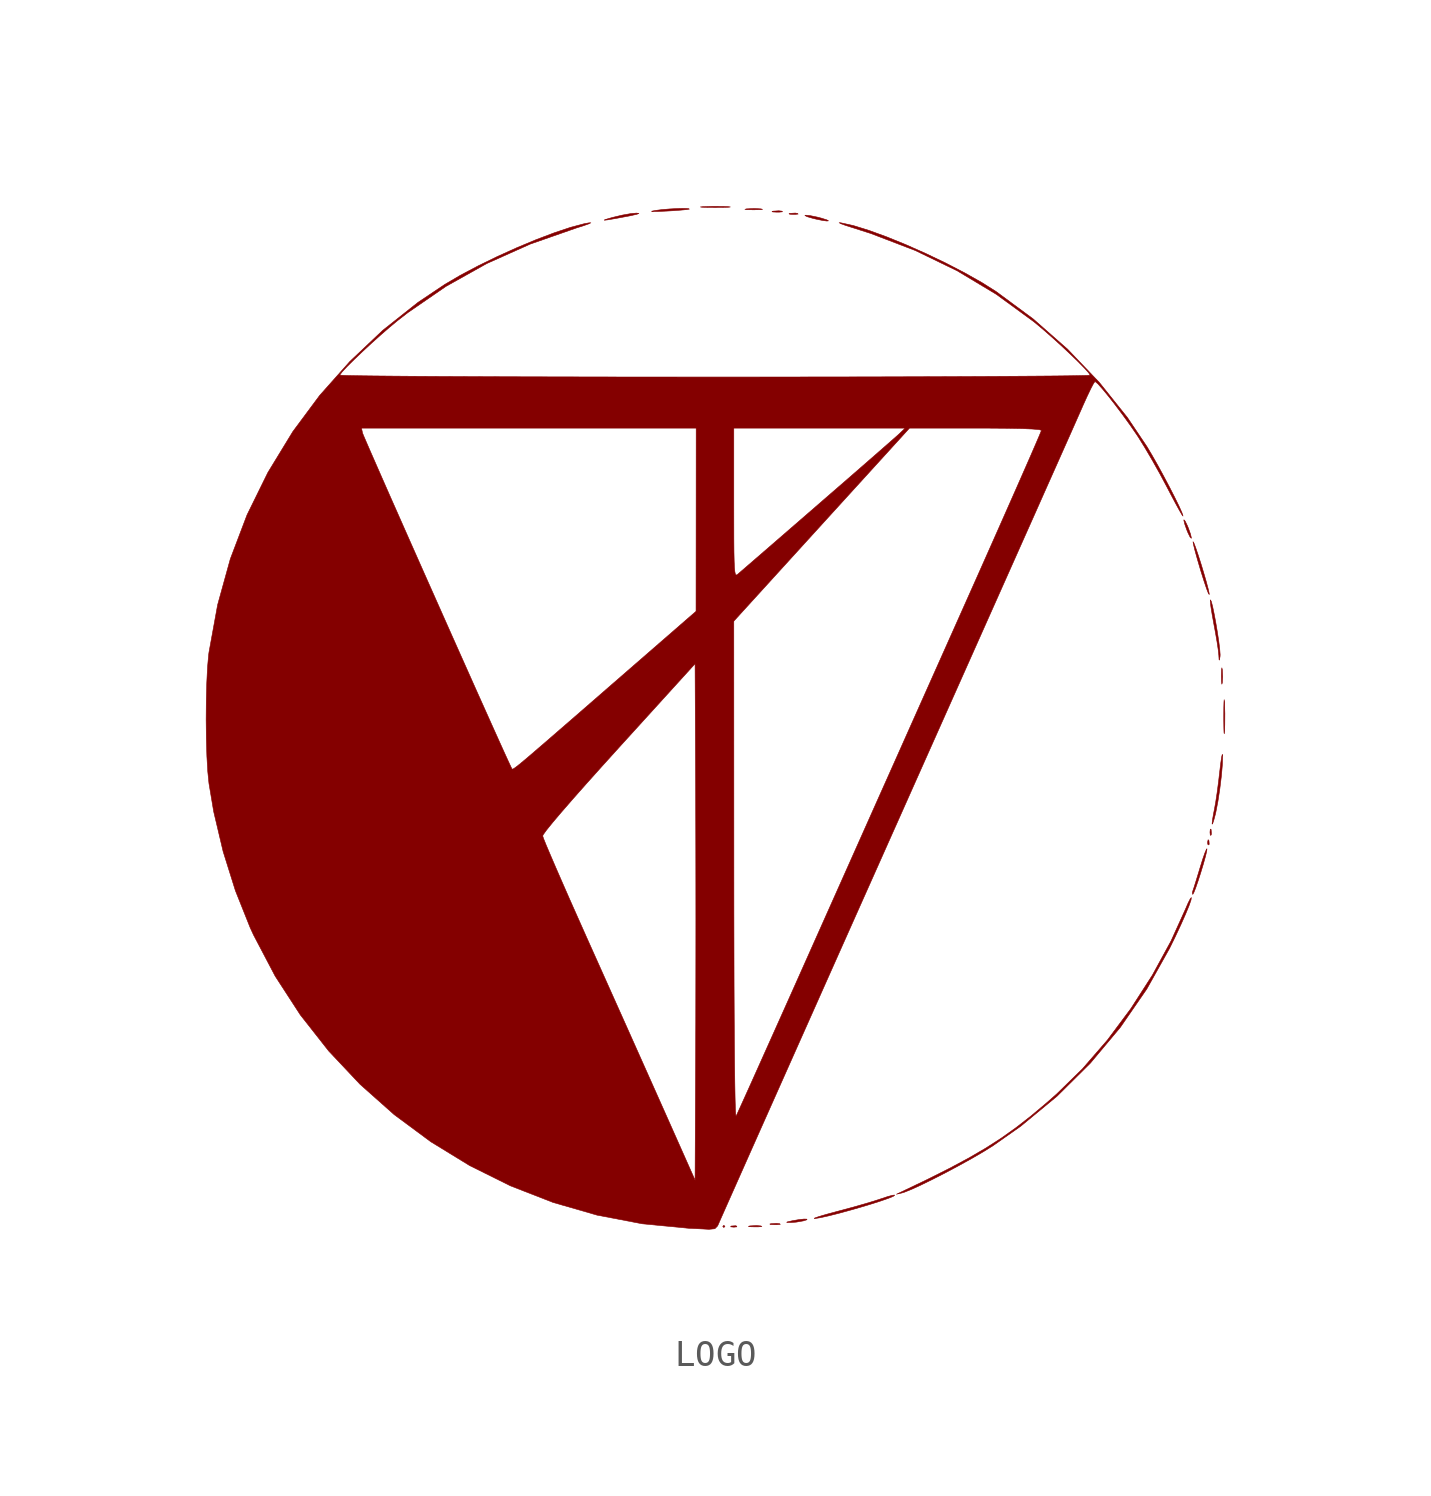
<source format=kicad_sym>
(kicad_symbol_lib
  (version 20220914)
  (generator bitmap2component)
  (symbol "LOGO"
    (pin_names
      (offset 1.016))
    (property "Reference" "#G"
      (at 0 19.583 0)
      (effects (font (size 1.27 1.27)) hide))
    (symbol "LOGO_0_0"
      (polyline (pts (xy 0.207 -19.16) (xy 0.314 -19.05) (xy 0.316 -19.044) (xy 0.368 -18.925) (xy 0.485 -18.66) (xy 0.664 -18.256) (xy 0.902 -17.721) (xy 1.195 -17.062) (xy 1.539 -16.287) (xy 1.932 -15.404) (xy 2.37 -14.421) (xy 2.85 -13.343) (xy 3.368 -12.18) (xy 3.921 -10.939) (xy 4.505 -9.627) (xy 5.118 -8.252) (xy 5.756 -6.821) (xy 6.416 -5.342) (xy 7.093 -3.823) (xy 7.151 -3.694) (xy 7.833 -2.163) (xy 8.501 -0.665) (xy 9.15 0.791) (xy 9.777 2.197) (xy 10.378 3.546) (xy 10.95 4.829) (xy 11.489 6.038) (xy 11.991 7.165) (xy 12.453 8.201) (xy 12.87 9.14) (xy 13.241 9.972) (xy 13.56 10.689) (xy 13.825 11.284) (xy 14.031 11.749) (xy 14.175 12.074) (xy 14.254 12.252) (xy 14.279 12.311) (xy 14.445 12.677) (xy 14.588 12.976) (xy 14.694 13.177) (xy 14.748 13.251) (xy 14.756 13.249) (xy 14.857 13.164) (xy 15.032 12.969) (xy 15.263 12.689) (xy 15.529 12.348) (xy 15.812 11.972) (xy 16.091 11.586) (xy 16.348 11.213) (xy 16.398 11.138) (xy 16.652 10.729) (xy 16.943 10.235) (xy 17.236 9.713) (xy 17.5 9.217) (xy 17.636 8.957) (xy 17.826 8.598) (xy 17.978 8.321) (xy 18.079 8.148) (xy 18.116 8.103) (xy 18.116 8.106) (xy 18.075 8.233) (xy 17.965 8.478) (xy 17.803 8.81) (xy 17.604 9.2) (xy 17.382 9.62) (xy 17.154 10.039) (xy 16.933 10.428) (xy 16.737 10.759) (xy 15.986 11.876) (xy 14.91 13.221) (xy 13.703 14.484) (xy 12.382 15.647) (xy 10.964 16.694) (xy 10.42 17.037) (xy 9.757 17.411) (xy 9.033 17.786) (xy 8.275 18.148) (xy 7.514 18.486) (xy 6.779 18.785) (xy 6.099 19.033) (xy 5.504 19.217) (xy 5.023 19.323) (xy 4.961 19.326) (xy 5.018 19.291) (xy 5.205 19.223) (xy 5.503 19.128) (xy 6.169 18.915) (xy 7.875 18.262) (xy 9.473 17.488) (xy 10.977 16.584) (xy 12.404 15.542) (xy 12.434 15.518) (xy 12.744 15.259) (xy 13.088 14.958) (xy 13.443 14.637) (xy 13.784 14.317) (xy 14.09 14.022) (xy 14.337 13.771) (xy 14.502 13.588) (xy 14.563 13.495) (xy 14.562 13.494) (xy 14.463 13.486) (xy 14.204 13.479) (xy 13.794 13.471) (xy 13.241 13.464) (xy 12.555 13.458) (xy 11.742 13.452) (xy 10.813 13.446) (xy 9.776 13.441) (xy 8.64 13.436) (xy 7.412 13.432) (xy 6.102 13.428) (xy 4.718 13.426) (xy 3.27 13.424) (xy 1.765 13.422) (xy 0.212 13.422) (xy -0.896 13.422) (xy -2.514 13.423) (xy -4.058 13.425) (xy -5.52 13.428) (xy -6.894 13.431) (xy -8.172 13.435) (xy -9.346 13.44) (xy -10.41 13.445) (xy -11.355 13.451) (xy -12.175 13.458) (xy -12.863 13.465) (xy -13.41 13.472) (xy -13.81 13.48) (xy -14.056 13.489) (xy -14.139 13.497) (xy -14.136 13.511) (xy -14.047 13.626) (xy -13.86 13.826) (xy -13.596 14.088) (xy -13.279 14.391) (xy -12.932 14.713) (xy -12.577 15.032) (xy -12.239 15.326) (xy -11.939 15.575) (xy -11.542 15.884) (xy -10.08 16.89) (xy -8.521 17.763) (xy -6.856 18.508) (xy -5.08 19.128) (xy -4.829 19.207) (xy -4.62 19.281) (xy -4.538 19.322) (xy -4.599 19.323) (xy -4.797 19.286) (xy -5.317 19.148) (xy -5.939 18.94) (xy -6.633 18.677) (xy -7.368 18.37) (xy -8.116 18.032) (xy -8.845 17.677) (xy -9.527 17.316) (xy -10.13 16.962) (xy -11.154 16.275) (xy -12.499 15.208) (xy -13.759 14.015) (xy -14.913 12.717) (xy -15.84 11.468) (xy -13.312 11.468) (xy -6.91 11.468) (xy -0.508 11.468) (xy 0.931 11.468) (xy 4.21 11.468) (xy 7.489 11.468) (xy 7.279 11.267) (xy 7.207 11.201) (xy 7.01 11.027) (xy 6.71 10.764) (xy 6.321 10.424) (xy 5.856 10.018) (xy 5.33 9.56) (xy 4.756 9.062) (xy 4.149 8.535) (xy 3.662 8.113) (xy 3.085 7.613) (xy 2.555 7.153) (xy 2.085 6.746) (xy 1.689 6.403) (xy 1.38 6.136) (xy 1.173 5.957) (xy 1.079 5.876) (xy 1.057 5.859) (xy 1.021 5.848) (xy 0.993 5.879) (xy 0.972 5.968) (xy 0.956 6.13) (xy 0.945 6.383) (xy 0.937 6.74) (xy 0.933 7.22) (xy 0.932 7.838) (xy 0.931 8.609) (xy 0.931 11.468) (xy -0.508 11.468) (xy -0.51 7.964) (xy -0.513 4.46) (xy -0.947 4.083) (xy 0.931 4.083) (xy 4.292 7.776) (xy 7.653 11.468) (xy 10.177 11.468) (xy 10.655 11.467) (xy 11.382 11.461) (xy 11.954 11.45) (xy 12.366 11.432) (xy 12.616 11.41) (xy 12.7 11.382) (xy 12.687 11.346) (xy 12.614 11.169) (xy 12.479 10.855) (xy 12.289 10.416) (xy 12.047 9.864) (xy 11.76 9.211) (xy 11.431 8.467) (xy 11.067 7.644) (xy 10.672 6.754) (xy 10.252 5.809) (xy 9.811 4.82) (xy 9.596 4.338) (xy 9.033 3.076) (xy 8.421 1.705) (xy 7.776 0.259) (xy 7.112 -1.232) (xy 6.442 -2.732) (xy 5.783 -4.21) (xy 5.148 -5.634) (xy 4.552 -6.97) (xy 4.01 -8.185) (xy 3.726 -8.822) (xy 3.294 -9.791) (xy 2.883 -10.71) (xy 2.499 -11.568) (xy 2.148 -12.351) (xy 1.835 -13.049) (xy 1.565 -13.651) (xy 1.343 -14.143) (xy 1.174 -14.516) (xy 1.064 -14.757) (xy 1.018 -14.854) (xy 1.017 -14.855) (xy 1.004 -14.789) (xy 0.991 -14.557) (xy 0.98 -14.161) (xy 0.97 -13.604) (xy 0.961 -12.89) (xy 0.953 -12.02) (xy 0.947 -10.999) (xy 0.941 -9.829) (xy 0.938 -8.513) (xy 0.935 -7.054) (xy 0.934 -5.455) (xy 0.931 4.083) (xy -0.947 4.083) (xy -3.738 1.657) (xy -4.448 1.039) (xy -5.132 0.444) (xy -5.707 -0.054) (xy -6.181 -0.466) (xy -6.566 -0.797) (xy -6.869 -1.058) (xy -7.102 -1.255) (xy -7.274 -1.397) (xy -7.395 -1.492) (xy -7.473 -1.548) (xy -7.52 -1.574) (xy -7.545 -1.577) (xy -7.557 -1.565) (xy -7.567 -1.547) (xy -7.603 -1.473) (xy -7.705 -1.254) (xy -7.864 -0.906) (xy -8.073 -0.444) (xy -8.326 0.118) (xy -8.617 0.767) (xy -8.94 1.487) (xy -9.287 2.265) (xy -9.654 3.087) (xy -10.033 3.938) (xy -10.418 4.804) (xy -10.804 5.671) (xy -11.183 6.525) (xy -11.55 7.352) (xy -11.897 8.137) (xy -12.22 8.866) (xy -12.51 9.525) (xy -12.763 10.101) (xy -12.972 10.578) (xy -13.13 10.942) (xy -13.232 11.18) (xy -13.271 11.277) (xy -13.312 11.468) (xy -15.84 11.468) (xy -15.938 11.336) (xy -16.892 9.772) (xy -17.69 8.149) (xy -18.33 6.463) (xy -18.815 4.711) (xy -19.147 2.888) (xy -19.157 2.814) (xy -19.201 2.328) (xy -19.231 1.722) (xy -19.249 1.037) (xy -19.255 0.315) (xy -19.247 -0.404) (xy -19.227 -1.078) (xy -19.193 -1.665) (xy -19.147 -2.124) (xy -18.966 -3.204) (xy -18.746 -4.133) (xy -6.381 -4.133) (xy -6.359 -4.084) (xy -6.234 -3.91) (xy -6.002 -3.623) (xy -5.671 -3.232) (xy -5.246 -2.743) (xy -4.734 -2.164) (xy -4.14 -1.501) (xy -3.471 -0.761) (xy -0.55 2.454) (xy -0.528 -2.517) (xy -0.525 -3.465) (xy -0.522 -4.694) (xy -0.52 -6.01) (xy -0.519 -7.37) (xy -0.52 -8.731) (xy -0.522 -10.052) (xy -0.524 -11.288) (xy -0.528 -12.397) (xy -0.55 -17.304) (xy -1.669 -14.79) (xy -1.863 -14.355) (xy -2.177 -13.651) (xy -2.538 -12.843) (xy -2.932 -11.961) (xy -3.346 -11.035) (xy -3.768 -10.093) (xy -4.183 -9.166) (xy -4.579 -8.283) (xy -4.689 -8.038) (xy -5.029 -7.274) (xy -5.347 -6.559) (xy -5.633 -5.907) (xy -5.883 -5.334) (xy -6.089 -4.855) (xy -6.246 -4.485) (xy -6.345 -4.239) (xy -6.381 -4.133) (xy -18.746 -4.133) (xy -18.605 -4.729) (xy -18.135 -6.228) (xy -17.573 -7.636) (xy -17.444 -7.917) (xy -16.614 -9.497) (xy -15.651 -10.981) (xy -14.564 -12.364) (xy -13.364 -13.638) (xy -12.059 -14.797) (xy -10.658 -15.835) (xy -9.173 -16.745) (xy -7.612 -17.52) (xy -5.985 -18.154) (xy -4.302 -18.64) (xy -2.572 -18.971) (xy -0.804 -19.142) (xy -0.585 -19.153) (xy -0.26 -19.169) (xy -0.019 -19.183) (xy 0.207 -19.16)) (stroke (width 0.01) (type default)) (fill (type outline)))
      (polyline (pts (xy 0.593 -19.071) (xy 0.55 -19.029) (xy 0.508 -19.071) (xy 0.55 -19.114) (xy 0.593 -19.071)) (stroke (width 0.01) (type default)) (fill (type outline)))
      (polyline (pts (xy 1.048 -19.088) (xy 1.037 -19.058) (xy 0.999 -19.046) (xy 0.826 -19.058) (xy 0.811 -19.087) (xy 0.931 -19.1) (xy 1.048 -19.088)) (stroke (width 0.01) (type default)) (fill (type outline)))
      (polyline (pts (xy 1.893 -19.087) (xy 2.004 -19.074) (xy 1.97 -19.054) (xy 1.797 -19.039) (xy 1.546 -19.053) (xy 1.487 -19.068) (xy 1.544 -19.083) (xy 1.736 -19.089) (xy 1.893 -19.087)) (stroke (width 0.01) (type default)) (fill (type outline)))
      (polyline (pts (xy 2.587 -19.006) (xy 2.709 -18.993) (xy 2.689 -18.97) (xy 2.571 -18.955) (xy 2.35 -18.969) (xy 2.309 -18.98) (xy 2.334 -18.999) (xy 2.498 -19.007) (xy 2.587 -19.006)) (stroke (width 0.01) (type default)) (fill (type outline)))
      (polyline (pts (xy 3.317 -18.908) (xy 3.598 -18.859) (xy 3.73 -18.816) (xy 3.725 -18.793) (xy 3.611 -18.791) (xy 3.418 -18.812) (xy 3.175 -18.854) (xy 3.142 -18.861) (xy 2.971 -18.901) (xy 2.956 -18.919) (xy 3.09 -18.924) (xy 3.317 -18.908)) (stroke (width 0.01) (type default)) (fill (type outline)))
      (polyline (pts (xy 4.043 -18.769) (xy 4.247 -18.737) (xy 4.551 -18.67) (xy 4.927 -18.576) (xy 5.346 -18.462) (xy 5.776 -18.339) (xy 6.191 -18.214) (xy 6.558 -18.097) (xy 6.85 -17.995) (xy 7.037 -17.918) (xy 7.089 -17.873) (xy 7.013 -17.878) (xy 6.819 -17.929) (xy 6.554 -18.017) (xy 6.548 -18.019) (xy 6.265 -18.111) (xy 5.87 -18.228) (xy 5.416 -18.356) (xy 4.953 -18.48) (xy 4.822 -18.515) (xy 4.458 -18.614) (xy 4.185 -18.695) (xy 4.026 -18.75) (xy 4.008 -18.77) (xy 4.043 -18.769)) (stroke (width 0.01) (type default)) (fill (type outline)))
      (polyline (pts (xy 7.366 -17.791) (xy 7.457 -17.763) (xy 7.736 -17.651) (xy 8.116 -17.476) (xy 8.567 -17.255) (xy 9.059 -17.003) (xy 9.562 -16.734) (xy 10.046 -16.466) (xy 10.481 -16.213) (xy 10.837 -15.991) (xy 11.899 -15.245) (xy 13.295 -14.092) (xy 14.57 -12.827) (xy 15.718 -11.456) (xy 16.731 -9.988) (xy 17.603 -8.431) (xy 17.824 -7.979) (xy 18.034 -7.529) (xy 18.211 -7.13) (xy 18.344 -6.808) (xy 18.422 -6.586) (xy 18.435 -6.49) (xy 18.396 -6.534) (xy 18.312 -6.698) (xy 18.205 -6.946) (xy 17.66 -8.148) (xy 16.945 -9.458) (xy 16.125 -10.733) (xy 15.226 -11.939) (xy 14.27 -13.042) (xy 13.28 -14.009) (xy 12.887 -14.355) (xy 12.299 -14.848) (xy 11.734 -15.289) (xy 11.165 -15.694) (xy 10.567 -16.078) (xy 9.913 -16.459) (xy 9.179 -16.852) (xy 8.339 -17.274) (xy 7.366 -17.74) (xy 7.154 -17.84) (xy 7.366 -17.791)) (stroke (width 0.01) (type default)) (fill (type outline)))
      (polyline (pts (xy 18.525 -6.311) (xy 18.599 -6.125) (xy 18.693 -5.853) (xy 18.795 -5.535) (xy 18.893 -5.212) (xy 18.973 -4.925) (xy 19.023 -4.716) (xy 19.031 -4.625) (xy 19.016 -4.638) (xy 18.958 -4.771) (xy 18.872 -5.015) (xy 18.772 -5.337) (xy 18.724 -5.495) (xy 18.623 -5.826) (xy 18.542 -6.086) (xy 18.494 -6.228) (xy 18.472 -6.307) (xy 18.488 -6.371) (xy 18.525 -6.311)) (stroke (width 0.01) (type default)) (fill (type outline)))
      (polyline (pts (xy 19.118 -4.449) (xy 19.108 -4.316) (xy 19.077 -4.277) (xy 19.057 -4.368) (xy 19.063 -4.454) (xy 19.101 -4.479) (xy 19.118 -4.449)) (stroke (width 0.01) (type default)) (fill (type outline)))
      (polyline (pts (xy 19.191 -4.099) (xy 19.202 -4.06) (xy 19.191 -3.886) (xy 19.161 -3.872) (xy 19.148 -3.993) (xy 19.16 -4.109) (xy 19.191 -4.099)) (stroke (width 0.01) (type default)) (fill (type outline)))
      (polyline (pts (xy 19.245 -3.674) (xy 19.29 -3.545) (xy 19.352 -3.313) (xy 19.373 -3.222) (xy 19.453 -2.804) (xy 19.526 -2.321) (xy 19.585 -1.832) (xy 19.623 -1.393) (xy 19.633 -1.062) (xy 19.632 -1.049) (xy 19.619 -1.01) (xy 19.593 -1.118) (xy 19.558 -1.355) (xy 19.517 -1.7) (xy 19.479 -2.03) (xy 19.422 -2.47) (xy 19.364 -2.855) (xy 19.315 -3.127) (xy 19.28 -3.304) (xy 19.24 -3.542) (xy 19.229 -3.678) (xy 19.245 -3.674)) (stroke (width 0.01) (type default)) (fill (type outline)))
      (polyline (pts (xy 19.705 -0.106) (xy 19.714 0.11) (xy 19.717 0.552) (xy 19.705 0.956) (xy 19.702 1.013) (xy 19.691 1.08) (xy 19.683 0.995) (xy 19.677 0.772) (xy 19.675 0.425) (xy 19.675 0.297) (xy 19.679 -0.01) (xy 19.685 -0.189) (xy 19.695 -0.226) (xy 19.705 -0.106)) (stroke (width 0.01) (type default)) (fill (type outline)))
      (polyline (pts (xy 19.618 1.719) (xy 19.633 1.951) (xy 19.619 2.228) (xy 19.619 2.23) (xy 19.602 2.298) (xy 19.589 2.214) (xy 19.584 1.996) (xy 19.588 1.773) (xy 19.601 1.672) (xy 19.618 1.719)) (stroke (width 0.01) (type default)) (fill (type outline)))
      (polyline (pts (xy 19.534 2.74) (xy 19.536 2.806) (xy 19.52 3.019) (xy 19.483 3.319) (xy 19.43 3.669) (xy 19.369 4.033) (xy 19.305 4.374) (xy 19.246 4.657) (xy 19.196 4.843) (xy 19.162 4.898) (xy 19.16 4.833) (xy 19.183 4.63) (xy 19.232 4.326) (xy 19.299 3.955) (xy 19.352 3.671) (xy 19.418 3.288) (xy 19.465 2.974) (xy 19.486 2.778) (xy 19.496 2.605) (xy 19.509 2.594) (xy 19.534 2.74)) (stroke (width 0.01) (type default)) (fill (type outline)))
      (polyline (pts (xy 19.117 5.146) (xy 19.078 5.323) (xy 19.006 5.593) (xy 18.911 5.92) (xy 18.806 6.268) (xy 18.701 6.598) (xy 18.607 6.875) (xy 18.537 7.062) (xy 18.5 7.122) (xy 18.499 7.119) (xy 18.517 7.012) (xy 18.575 6.778) (xy 18.666 6.45) (xy 18.781 6.058) (xy 18.802 5.989) (xy 18.918 5.62) (xy 19.016 5.329) (xy 19.087 5.147) (xy 19.119 5.1) (xy 19.117 5.146)) (stroke (width 0.01) (type default)) (fill (type outline)))
      (polyline (pts (xy 18.435 7.277) (xy 18.401 7.419) (xy 18.323 7.638) (xy 18.279 7.744) (xy 18.198 7.91) (xy 18.151 7.961) (xy 18.148 7.937) (xy 18.183 7.794) (xy 18.26 7.575) (xy 18.304 7.468) (xy 18.385 7.302) (xy 18.432 7.252) (xy 18.435 7.277)) (stroke (width 0.01) (type default)) (fill (type outline)))
      (polyline (pts (xy -3.869 19.439) (xy -3.561 19.492) (xy -3.09 19.58) (xy -3.005 19.597) (xy -2.772 19.65) (xy -2.7 19.682) (xy -2.794 19.694) (xy -3.017 19.673) (xy -3.34 19.616) (xy -3.683 19.534) (xy -3.864 19.484) (xy -4.017 19.435) (xy -4.02 19.42) (xy -3.869 19.439)) (stroke (width 0.01) (type default)) (fill (type outline)))
      (polyline (pts (xy 4.553 19.398) (xy 4.488 19.435) (xy 4.276 19.502) (xy 4.125 19.541) (xy 3.861 19.595) (xy 3.683 19.614) (xy 3.651 19.601) (xy 3.734 19.558) (xy 3.937 19.498) (xy 4.075 19.464) (xy 4.327 19.412) (xy 4.493 19.39) (xy 4.553 19.398)) (stroke (width 0.01) (type default)) (fill (type outline)))
      (polyline (pts (xy 3.275 19.644) (xy 3.392 19.657) (xy 3.365 19.682) (xy 3.284 19.695) (xy 3.069 19.682) (xy 3.045 19.674) (xy 3.063 19.652) (xy 3.217 19.643) (xy 3.275 19.644)) (stroke (width 0.01) (type default)) (fill (type outline)))
      (polyline (pts (xy -2.004 19.754) (xy -1.651 19.77) (xy -1.408 19.784) (xy -1.089 19.808) (xy -0.863 19.829) (xy -0.769 19.847) (xy -0.81 19.867) (xy -0.977 19.874) (xy -1.23 19.868) (xy -1.525 19.852) (xy -1.821 19.827) (xy -2.074 19.794) (xy -2.08 19.793) (xy -2.216 19.765) (xy -2.191 19.752) (xy -2.004 19.754)) (stroke (width 0.01) (type default)) (fill (type outline)))
      (polyline (pts (xy 2.672 19.731) (xy 2.794 19.744) (xy 2.774 19.767) (xy 2.656 19.782) (xy 2.435 19.768) (xy 2.393 19.757) (xy 2.418 19.738) (xy 2.582 19.73) (xy 2.672 19.731)) (stroke (width 0.01) (type default)) (fill (type outline)))
      (polyline (pts (xy 1.728 19.821) (xy 1.946 19.826) (xy 2.032 19.838) (xy 1.968 19.855) (xy 1.715 19.869) (xy 1.418 19.855) (xy 1.402 19.852) (xy 1.357 19.836) (xy 1.461 19.825) (xy 1.693 19.82) (xy 1.728 19.821)) (stroke (width 0.01) (type default)) (fill (type outline)))
      (polyline (pts (xy 0.548 19.913) (xy 0.743 19.919) (xy 0.799 19.929) (xy 0.702 19.941) (xy 0.536 19.949) (xy 0.144 19.953) (xy -0.23 19.941) (xy -0.244 19.94) (xy -0.348 19.929) (xy -0.298 19.919) (xy -0.107 19.913) (xy 0.212 19.91) (xy 0.231 19.91) (xy 0.548 19.913)) (stroke (width 0.01) (type default)) (fill (type outline))))))
</source>
